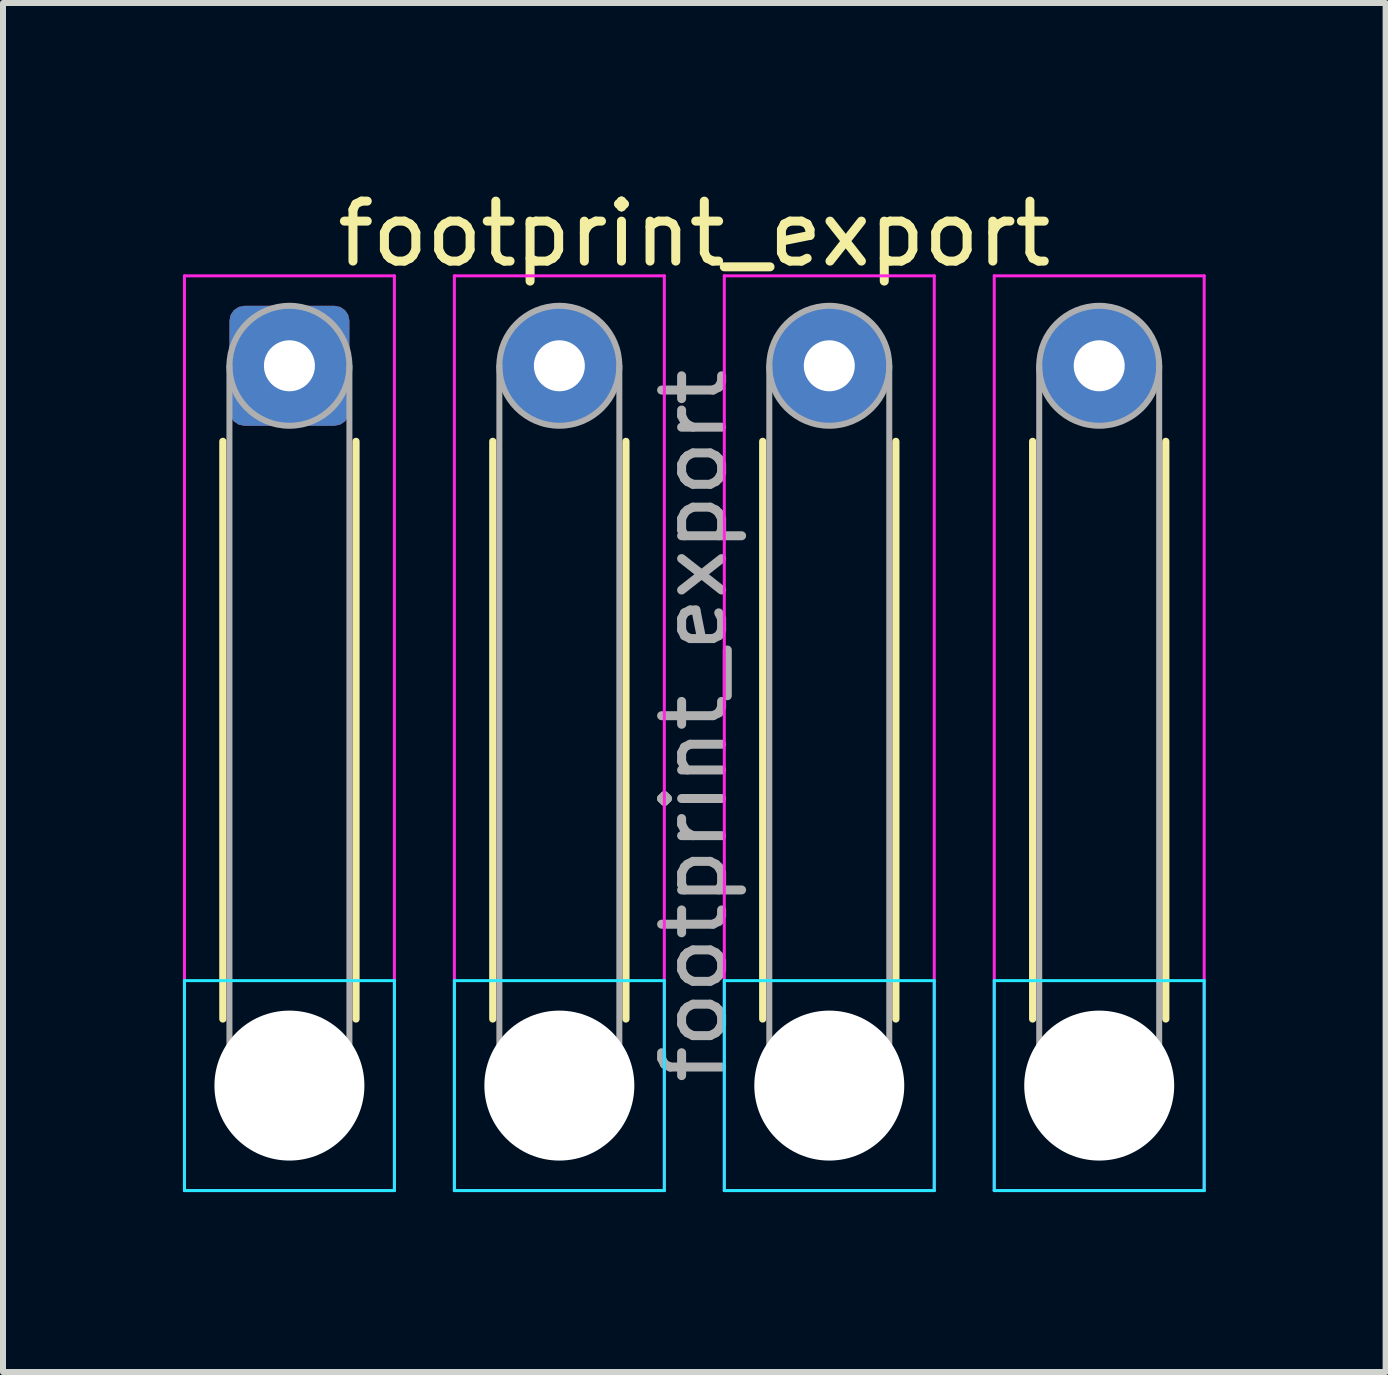
<source format=kicad_pcb>
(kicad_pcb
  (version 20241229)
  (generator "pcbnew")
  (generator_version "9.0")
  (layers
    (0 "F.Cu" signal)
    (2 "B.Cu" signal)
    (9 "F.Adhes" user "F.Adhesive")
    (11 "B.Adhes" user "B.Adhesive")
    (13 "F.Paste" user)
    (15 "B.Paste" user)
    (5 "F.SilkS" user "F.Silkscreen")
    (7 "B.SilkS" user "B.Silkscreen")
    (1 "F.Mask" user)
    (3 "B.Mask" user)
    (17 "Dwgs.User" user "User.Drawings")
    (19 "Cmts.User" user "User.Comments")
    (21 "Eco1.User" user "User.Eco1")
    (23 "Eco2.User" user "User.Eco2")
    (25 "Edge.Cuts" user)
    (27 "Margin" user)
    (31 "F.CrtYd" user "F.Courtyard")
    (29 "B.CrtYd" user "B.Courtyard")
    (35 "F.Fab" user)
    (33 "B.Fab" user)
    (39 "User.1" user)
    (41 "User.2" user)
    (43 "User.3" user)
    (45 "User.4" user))
  (footprint "footprint_export"
    (layer "F.Cu")
    (at 1.775 3.048)
    (property "Reference" "footprint_export" (at 6.75 -2.2 0) (layer "F.SilkS") (effects (font (size 1 1) (thickness 0.15))))
    (attr exclude_from_pos_files exclude_from_bom)
    (fp_line (start -1.11 1.26) (end -1.11 10.89) (stroke (width 0.12) (type solid)) (layer "F.SilkS"))
    (fp_line (start 1.11 1.26) (end 1.11 10.89) (stroke (width 0.12) (type solid)) (layer "F.SilkS"))
    (fp_line (start 3.39 1.26) (end 3.39 10.89) (stroke (width 0.12) (type solid)) (layer "F.SilkS"))
    (fp_line (start 5.61 1.26) (end 5.61 10.89) (stroke (width 0.12) (type solid)) (layer "F.SilkS"))
    (fp_line (start 7.89 1.26) (end 7.89 10.89) (stroke (width 0.12) (type solid)) (layer "F.SilkS"))
    (fp_line (start 10.11 1.26) (end 10.11 10.89) (stroke (width 0.12) (type solid)) (layer "F.SilkS"))
    (fp_line (start 12.39 1.26) (end 12.39 10.89) (stroke (width 0.12) (type solid)) (layer "F.SilkS"))
    (fp_line (start 14.61 1.26) (end 14.61 10.89) (stroke (width 0.12) (type solid)) (layer "F.SilkS"))
    (fp_line (start -1.75 10.25) (end -1.75 13.75) (stroke (width 0.05) (type solid)) (layer "B.CrtYd"))
    (fp_line (start -1.75 13.75) (end 1.75 13.75) (stroke (width 0.05) (type solid)) (layer "B.CrtYd"))
    (fp_line (start 1.75 10.25) (end -1.75 10.25) (stroke (width 0.05) (type solid)) (layer "B.CrtYd"))
    (fp_line (start 1.75 13.75) (end 1.75 10.25) (stroke (width 0.05) (type solid)) (layer "B.CrtYd"))
    (fp_line (start 2.75 10.25) (end 2.75 13.75) (stroke (width 0.05) (type solid)) (layer "B.CrtYd"))
    (fp_line (start 2.75 13.75) (end 6.25 13.75) (stroke (width 0.05) (type solid)) (layer "B.CrtYd"))
    (fp_line (start 6.25 10.25) (end 2.75 10.25) (stroke (width 0.05) (type solid)) (layer "B.CrtYd"))
    (fp_line (start 6.25 13.75) (end 6.25 10.25) (stroke (width 0.05) (type solid)) (layer "B.CrtYd"))
    (fp_line (start 7.25 10.25) (end 7.25 13.75) (stroke (width 0.05) (type solid)) (layer "B.CrtYd"))
    (fp_line (start 7.25 13.75) (end 10.75 13.75) (stroke (width 0.05) (type solid)) (layer "B.CrtYd"))
    (fp_line (start 10.75 10.25) (end 7.25 10.25) (stroke (width 0.05) (type solid)) (layer "B.CrtYd"))
    (fp_line (start 10.75 13.75) (end 10.75 10.25) (stroke (width 0.05) (type solid)) (layer "B.CrtYd"))
    (fp_line (start 11.75 10.25) (end 11.75 13.75) (stroke (width 0.05) (type solid)) (layer "B.CrtYd"))
    (fp_line (start 11.75 13.75) (end 15.25 13.75) (stroke (width 0.05) (type solid)) (layer "B.CrtYd"))
    (fp_line (start 15.25 10.25) (end 11.75 10.25) (stroke (width 0.05) (type solid)) (layer "B.CrtYd"))
    (fp_line (start 15.25 13.75) (end 15.25 10.25) (stroke (width 0.05) (type solid)) (layer "B.CrtYd"))
    (fp_line (start -1.75 -1.5) (end -1.75 13.75) (stroke (width 0.05) (type solid)) (layer "F.CrtYd"))
    (fp_line (start -1.75 13.75) (end 1.75 13.75) (stroke (width 0.05) (type solid)) (layer "F.CrtYd"))
    (fp_line (start 1.75 -1.5) (end -1.75 -1.5) (stroke (width 0.05) (type solid)) (layer "F.CrtYd"))
    (fp_line (start 1.75 13.75) (end 1.75 -1.5) (stroke (width 0.05) (type solid)) (layer "F.CrtYd"))
    (fp_line (start 2.75 -1.5) (end 2.75 13.75) (stroke (width 0.05) (type solid)) (layer "F.CrtYd"))
    (fp_line (start 2.75 13.75) (end 6.25 13.75) (stroke (width 0.05) (type solid)) (layer "F.CrtYd"))
    (fp_line (start 6.25 -1.5) (end 2.75 -1.5) (stroke (width 0.05) (type solid)) (layer "F.CrtYd"))
    (fp_line (start 6.25 13.75) (end 6.25 -1.5) (stroke (width 0.05) (type solid)) (layer "F.CrtYd"))
    (fp_line (start 7.25 -1.5) (end 7.25 13.75) (stroke (width 0.05) (type solid)) (layer "F.CrtYd"))
    (fp_line (start 7.25 13.75) (end 10.75 13.75) (stroke (width 0.05) (type solid)) (layer "F.CrtYd"))
    (fp_line (start 10.75 -1.5) (end 7.25 -1.5) (stroke (width 0.05) (type solid)) (layer "F.CrtYd"))
    (fp_line (start 10.75 13.75) (end 10.75 -1.5) (stroke (width 0.05) (type solid)) (layer "F.CrtYd"))
    (fp_line (start 11.75 -1.5) (end 11.75 13.75) (stroke (width 0.05) (type solid)) (layer "F.CrtYd"))
    (fp_line (start 11.75 13.75) (end 15.25 13.75) (stroke (width 0.05) (type solid)) (layer "F.CrtYd"))
    (fp_line (start 15.25 -1.5) (end 11.75 -1.5) (stroke (width 0.05) (type solid)) (layer "F.CrtYd"))
    (fp_line (start 15.25 13.75) (end 15.25 -1.5) (stroke (width 0.05) (type solid)) (layer "F.CrtYd"))
    (fp_line (start -1 0) (end -1 12) (stroke (width 0.1) (type solid)) (layer "F.Fab"))
    (fp_line (start 1 0) (end 1 12) (stroke (width 0.1) (type solid)) (layer "F.Fab"))
    (fp_line (start 3.5 0) (end 3.5 12) (stroke (width 0.1) (type solid)) (layer "F.Fab"))
    (fp_line (start 5.5 0) (end 5.5 12) (stroke (width 0.1) (type solid)) (layer "F.Fab"))
    (fp_line (start 8 0) (end 8 12) (stroke (width 0.1) (type solid)) (layer "F.Fab"))
    (fp_line (start 10 0) (end 10 12) (stroke (width 0.1) (type solid)) (layer "F.Fab"))
    (fp_line (start 12.5 0) (end 12.5 12) (stroke (width 0.1) (type solid)) (layer "F.Fab"))
    (fp_line (start 14.5 0) (end 14.5 12) (stroke (width 0.1) (type solid)) (layer "F.Fab"))
    (fp_circle (center 0 0) (end 1 0) (stroke (width 0.1) (type solid)) (fill no) (layer "F.Fab"))
    (fp_circle (center 0 12) (end 1 12) (stroke (width 0.1) (type solid)) (fill no) (layer "F.Fab"))
    (fp_circle (center 4.5 0) (end 5.5 0) (stroke (width 0.1) (type solid)) (fill no) (layer "F.Fab"))
    (fp_circle (center 4.5 12) (end 5.5 12) (stroke (width 0.1) (type solid)) (fill no) (layer "F.Fab"))
    (fp_circle (center 9 0) (end 10 0) (stroke (width 0.1) (type solid)) (fill no) (layer "F.Fab"))
    (fp_circle (center 9 12) (end 10 12) (stroke (width 0.1) (type solid)) (fill no) (layer "F.Fab"))
    (fp_circle (center 13.5 0) (end 14.5 0) (stroke (width 0.1) (type solid)) (fill no) (layer "F.Fab"))
    (fp_circle (center 13.5 12) (end 14.5 12) (stroke (width 0.1) (type solid)) (fill no) (layer "F.Fab"))
    (fp_text user "${REFERENCE}" (at 6.75 6 90) (layer "F.Fab") (effects (font (size 1 1) (thickness 0.15))))
    (pad "" np_thru_hole circle (at 0 12) (size 2.5 2.5) (drill 2.5) (layers "*.Cu" "*.Mask"))
    (pad "" np_thru_hole circle (at 4.5 12) (size 2.5 2.5) (drill 2.5) (layers "*.Cu" "*.Mask"))
    (pad "" np_thru_hole circle (at 9 12) (size 2.5 2.5) (drill 2.5) (layers "*.Cu" "*.Mask"))
    (pad "" np_thru_hole circle (at 13.5 12) (size 2.5 2.5) (drill 2.5) (layers "*.Cu" "*.Mask"))
    (pad "1" thru_hole roundrect (at 0 0) (size 2 2) (drill 0.85) (layers "*.Cu" "*.Mask") (roundrect_rratio 0.125))
    (pad "2" thru_hole circle (at 4.5 0) (size 2 2) (drill 0.85) (layers "*.Cu" "*.Mask"))
    (pad "3" thru_hole circle (at 9 0) (size 2 2) (drill 0.85) (layers "*.Cu" "*.Mask"))
    (pad "4" thru_hole circle (at 13.5 0) (size 2 2) (drill 0.85) (layers "*.Cu" "*.Mask")))
  (gr_rect
    (start -3 -3)
    (end 20.05 19.823)
    (stroke (width 0.1) (type default))
    (fill no)
    (layer "Edge.Cuts")))
</source>
